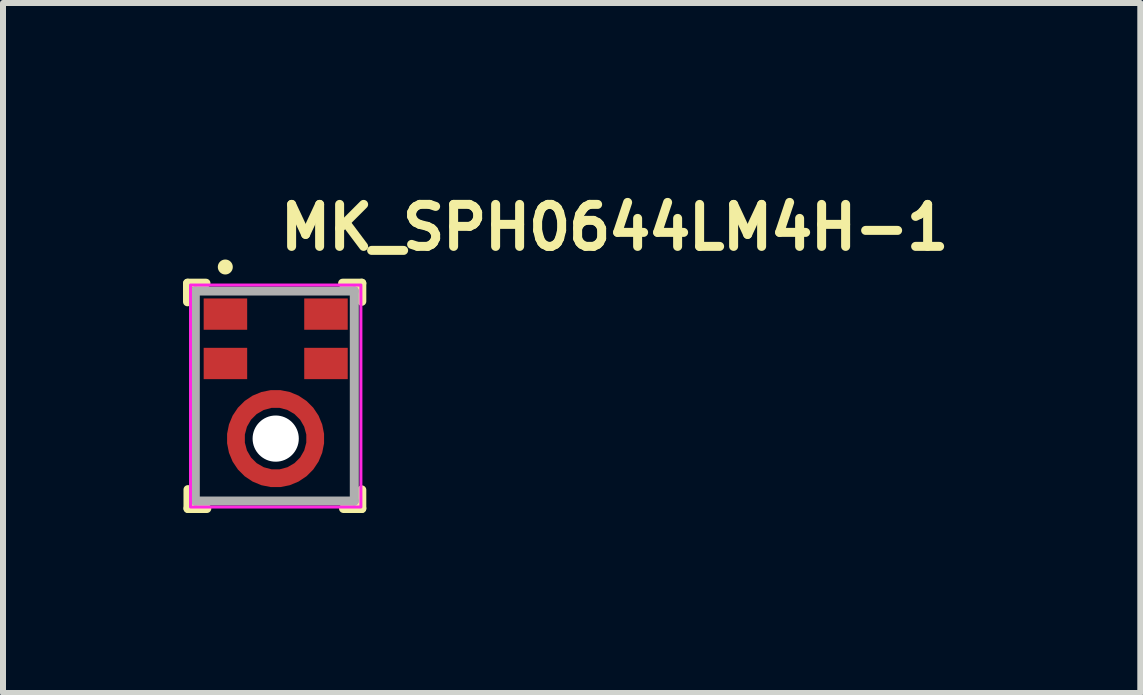
<source format=kicad_pcb>
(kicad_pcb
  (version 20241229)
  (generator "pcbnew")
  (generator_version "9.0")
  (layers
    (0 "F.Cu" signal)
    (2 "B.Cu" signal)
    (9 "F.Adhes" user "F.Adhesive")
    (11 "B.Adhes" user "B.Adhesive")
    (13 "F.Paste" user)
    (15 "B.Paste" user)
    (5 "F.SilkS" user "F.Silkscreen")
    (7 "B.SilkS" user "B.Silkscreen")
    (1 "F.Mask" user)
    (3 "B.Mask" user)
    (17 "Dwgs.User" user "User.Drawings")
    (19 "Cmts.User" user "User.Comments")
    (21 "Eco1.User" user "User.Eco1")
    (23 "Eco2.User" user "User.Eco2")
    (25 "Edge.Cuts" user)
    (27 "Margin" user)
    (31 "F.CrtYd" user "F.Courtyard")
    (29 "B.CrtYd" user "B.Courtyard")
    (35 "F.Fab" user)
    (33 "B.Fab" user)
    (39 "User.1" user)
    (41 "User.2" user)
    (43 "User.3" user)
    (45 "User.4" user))
  (footprint "MK_SPH0644LM4H-1"
    (layer "F.Cu")
    (at 1.545 3.55)
    (property "Reference" "MK_SPH0644LM4H-1" (at 0 -2.4 0) (layer "F.SilkS") (effects (font (size 0.7 0.7) (thickness 0.15)) (justify left bottom)))
    (attr smd)
    (fp_circle (center 0 0.71) (end 0.663 0.71) (stroke (width 0.3) (type default)) (fill no) (layer "F.Mask"))
    (fp_line (start -1.47 -1.57) (end -1.47 -1.88) (stroke (width 0.15) (type solid)) (layer "F.SilkS"))
    (fp_line (start -1.467 -1.88) (end -1.162 -1.88) (stroke (width 0.15) (type solid)) (layer "F.SilkS"))
    (fp_line (start -1.462 1.875) (end -1.462 1.56) (stroke (width 0.15) (type solid)) (layer "F.SilkS"))
    (fp_line (start -1.148 1.875) (end -1.462 1.875) (stroke (width 0.15) (type solid)) (layer "F.SilkS"))
    (fp_line (start 1.115 -1.88) (end 1.435 -1.88) (stroke (width 0.15) (type solid)) (layer "F.SilkS"))
    (fp_line (start 1.435 -1.88) (end 1.435 -1.578) (stroke (width 0.15) (type solid)) (layer "F.SilkS"))
    (fp_line (start 1.435 1.565) (end 1.435 1.875) (stroke (width 0.15) (type solid)) (layer "F.SilkS"))
    (fp_line (start 1.435 1.875) (end 1.13 1.875) (stroke (width 0.15) (type solid)) (layer "F.SilkS"))
    (fp_circle (center -0.84 -2.15) (end -0.79 -2.15) (stroke (width 0.15) (type solid)) (fill yes) (layer "F.SilkS"))
    (fp_poly (pts (xy 0.365 1.24) (xy 0.265 1.135) (xy 0.215 1.17) (xy 0.105 1.21) (xy -0.015 1.224) (xy -0.135 1.21) (xy -0.24 1.172) (xy -0.303 1.136) (xy -0.4 1.235) (xy -0.515 1.35) (xy -0.42 1.415) (xy -0.325 1.46) (xy -0.235 1.49) (xy -0.155 1.51) (xy -0.015 1.52) (xy 0.145 1.506) (xy 0.295 1.46) (xy 0.41 1.4) (xy 0.48 1.355)) (stroke (width 0.001) (type solid)) (fill yes) (layer "F.Paste"))
    (fp_poly (pts (xy -0.375 0.18) (xy -0.28 0.275) (xy -0.23 0.25) (xy -0.175 0.225) (xy -0.12 0.21) (xy -0.06 0.2) (xy 0 0.196) (xy 0.12 0.21) (xy 0.225 0.248) (xy 0.283 0.284) (xy 0.385 0.185) (xy 0.5 0.07) (xy 0.41 0.01) (xy 0.31 -0.04) (xy 0.23 -0.07) (xy 0.14 -0.09) (xy 0 -0.1) (xy -0.16 -0.086) (xy -0.31 -0.04) (xy -0.415 0.01) (xy -0.49 0.065)) (stroke (width 0.001) (type solid)) (fill yes) (layer "F.Paste"))
    (fp_poly (pts (xy 0.53 0.325) (xy 0.425 0.43) (xy 0.46 0.48) (xy 0.5 0.59) (xy 0.514 0.71) (xy 0.5 0.83) (xy 0.462 0.935) (xy 0.421 0.993) (xy 0.52 1.09) (xy 0.64 1.21) (xy 0.705 1.115) (xy 0.75 1.02) (xy 0.78 0.94) (xy 0.8 0.85) (xy 0.81 0.77) (xy 0.81 0.645) (xy 0.796 0.55) (xy 0.78 0.475) (xy 0.75 0.4) (xy 0.705 0.305) (xy 0.64 0.21)) (stroke (width 0.001) (type solid)) (fill yes) (layer "F.Paste"))
    (fp_poly (pts (xy -0.53 1.095) (xy -0.43 0.995) (xy -0.465 0.94) (xy -0.505 0.83) (xy -0.51 0.83) (xy -0.505 0.82) (xy -0.52 0.715) (xy -0.524 0.705) (xy -0.52 0.705) (xy -0.505 0.585) (xy -0.462 0.485) (xy -0.426 0.417) (xy -0.525 0.32) (xy -0.635 0.205) (xy -0.7 0.3) (xy -0.75 0.4) (xy -0.78 0.49) (xy -0.8 0.57) (xy -0.81 0.71) (xy -0.796 0.87) (xy -0.75 1.02) (xy -0.705 1.11) (xy -0.64 1.21)) (stroke (width 0.001) (type solid)) (fill yes) (layer "F.Paste"))
    (fp_rect (start -1.42 -1.85) (end 1.42 1.85) (stroke (width 0.05) (type solid)) (fill no) (layer "F.CrtYd"))
    (fp_line (start -1.34 -1.75) (end 1.31 -1.75) (stroke (width 0.15) (type solid)) (layer "F.Fab"))
    (fp_line (start -1.34 1.75) (end -1.34 -1.75) (stroke (width 0.15) (type solid)) (layer "F.Fab"))
    (fp_line (start 1.31 -1.75) (end 1.31 1.75) (stroke (width 0.15) (type solid)) (layer "F.Fab"))
    (fp_line (start 1.31 1.75) (end -1.34 1.75) (stroke (width 0.15) (type solid)) (layer "F.Fab"))
    (fp_rect (start -1.325 -1.75) (end 1.325 1.75) (stroke (width 0.1) (type solid)) (fill no) (layer "User.5"))
    (fp_line (start -1.325 -1.75) (end -1.325 1.75) (stroke (width 0.02) (type solid)) (layer "User.9"))
    (fp_line (start -1.325 1.75) (end 1.325 1.75) (stroke (width 0.02) (type solid)) (layer "User.9"))
    (fp_line (start -1.23 -1.375) (end -1.23 1.375) (stroke (width 0.02) (type solid)) (layer "User.9"))
    (fp_line (start -1.23 -1.375) (end -1.147 -1.375) (stroke (width 0.02) (type solid)) (layer "User.9"))
    (fp_line (start -1.23 1.375) (end -1.227 1.419) (stroke (width 0.02) (type solid)) (layer "User.9"))
    (fp_line (start -1.227 -1.419) (end -1.23 -1.375) (stroke (width 0.02) (type solid)) (layer "User.9"))
    (fp_line (start -1.227 1.419) (end -1.216 1.462) (stroke (width 0.02) (type solid)) (layer "User.9"))
    (fp_line (start -1.216 -1.462) (end -1.227 -1.419) (stroke (width 0.02) (type solid)) (layer "User.9"))
    (fp_line (start -1.216 1.462) (end -1.199 1.502) (stroke (width 0.02) (type solid)) (layer "User.9"))
    (fp_line (start -1.199 -1.502) (end -1.216 -1.462) (stroke (width 0.02) (type solid)) (layer "User.9"))
    (fp_line (start -1.199 1.502) (end -1.177 1.54) (stroke (width 0.02) (type solid)) (layer "User.9"))
    (fp_line (start -1.177 -1.54) (end -1.199 -1.502) (stroke (width 0.02) (type solid)) (layer "User.9"))
    (fp_line (start -1.177 1.54) (end -1.148 1.573) (stroke (width 0.02) (type solid)) (layer "User.9"))
    (fp_line (start -1.15 -1.375) (end -1.15 1.375) (stroke (width 0.02) (type solid)) (layer "User.9"))
    (fp_line (start -1.15 1.375) (end -1.147 1.375) (stroke (width 0.02) (type solid)) (layer "User.9"))
    (fp_line (start -1.15 1.375) (end -1.146 1.414) (stroke (width 0.02) (type solid)) (layer "User.9"))
    (fp_line (start -1.15 1.375) (end -1.125 1.375) (stroke (width 0.02) (type solid)) (layer "User.9"))
    (fp_line (start -1.148 -1.573) (end -1.177 -1.54) (stroke (width 0.02) (type solid)) (layer "User.9"))
    (fp_line (start -1.148 1.573) (end -1.115 1.602) (stroke (width 0.02) (type solid)) (layer "User.9"))
    (fp_line (start -1.147 -1.375) (end -1.144 -1.375) (stroke (width 0.02) (type solid)) (layer "User.9"))
    (fp_line (start -1.147 1.375) (end -1.144 1.375) (stroke (width 0.02) (type solid)) (layer "User.9"))
    (fp_line (start -1.146 -1.414) (end -1.15 -1.375) (stroke (width 0.02) (type solid)) (layer "User.9"))
    (fp_line (start -1.146 1.414) (end -1.135 1.452) (stroke (width 0.02) (type solid)) (layer "User.9"))
    (fp_line (start -1.144 -1.375) (end -1.142 -1.375) (stroke (width 0.02) (type solid)) (layer "User.9"))
    (fp_line (start -1.144 1.375) (end -1.142 1.375) (stroke (width 0.02) (type solid)) (layer "User.9"))
    (fp_line (start -1.142 -1.375) (end -1.139 -1.375) (stroke (width 0.02) (type solid)) (layer "User.9"))
    (fp_line (start -1.142 1.375) (end -1.139 1.375) (stroke (width 0.02) (type solid)) (layer "User.9"))
    (fp_line (start -1.139 -1.375) (end -1.137 -1.375) (stroke (width 0.02) (type solid)) (layer "User.9"))
    (fp_line (start -1.139 1.375) (end -1.137 1.375) (stroke (width 0.02) (type solid)) (layer "User.9"))
    (fp_line (start -1.137 -1.375) (end -1.134 -1.375) (stroke (width 0.02) (type solid)) (layer "User.9"))
    (fp_line (start -1.137 1.375) (end -1.134 1.375) (stroke (width 0.02) (type solid)) (layer "User.9"))
    (fp_line (start -1.135 -1.452) (end -1.146 -1.414) (stroke (width 0.02) (type solid)) (layer "User.9"))
    (fp_line (start -1.135 1.452) (end -1.116 1.486) (stroke (width 0.02) (type solid)) (layer "User.9"))
    (fp_line (start -1.134 -1.375) (end -1.132 -1.375) (stroke (width 0.02) (type solid)) (layer "User.9"))
    (fp_line (start -1.134 1.375) (end -1.132 1.375) (stroke (width 0.02) (type solid)) (layer "User.9"))
    (fp_line (start -1.132 -1.375) (end -1.13 -1.375) (stroke (width 0.02) (type solid)) (layer "User.9"))
    (fp_line (start -1.132 1.375) (end -1.13 1.375) (stroke (width 0.02) (type solid)) (layer "User.9"))
    (fp_line (start -1.13 -1.375) (end -1.129 -1.375) (stroke (width 0.02) (type solid)) (layer "User.9"))
    (fp_line (start -1.13 1.375) (end -1.129 1.375) (stroke (width 0.02) (type solid)) (layer "User.9"))
    (fp_line (start -1.129 -1.375) (end -1.127 -1.375) (stroke (width 0.02) (type solid)) (layer "User.9"))
    (fp_line (start -1.129 1.375) (end -1.127 1.375) (stroke (width 0.02) (type solid)) (layer "User.9"))
    (fp_line (start -1.127 -1.375) (end -1.126 -1.375) (stroke (width 0.02) (type solid)) (layer "User.9"))
    (fp_line (start -1.127 1.375) (end -1.126 1.375) (stroke (width 0.02) (type solid)) (layer "User.9"))
    (fp_line (start -1.126 -1.375) (end -1.126 -1.375) (stroke (width 0.02) (type solid)) (layer "User.9"))
    (fp_line (start -1.126 -1.375) (end -1.125 -1.375) (stroke (width 0.02) (type solid)) (layer "User.9"))
    (fp_line (start -1.126 1.375) (end -1.126 1.375) (stroke (width 0.02) (type solid)) (layer "User.9"))
    (fp_line (start -1.126 1.375) (end -1.125 1.375) (stroke (width 0.02) (type solid)) (layer "User.9"))
    (fp_line (start -1.125 -1.375) (end -1.124 -1.375) (stroke (width 0.02) (type solid)) (layer "User.9"))
    (fp_line (start -1.125 -1.375) (end -1.122 -1.409) (stroke (width 0.02) (type solid)) (layer "User.9"))
    (fp_line (start -1.125 -1.375) (end -1.122 -1.409) (stroke (width 0.02) (type solid)) (layer "User.9"))
    (fp_line (start -1.125 -1.375) (end -0.95 -1.375) (stroke (width 0.02) (type solid)) (layer "User.9"))
    (fp_line (start -1.125 1.375) (end -1.125 -1.375) (stroke (width 0.02) (type solid)) (layer "User.9"))
    (fp_line (start -1.125 1.375) (end -1.125 1.375) (stroke (width 0.02) (type solid)) (layer "User.9"))
    (fp_line (start -1.125 1.375) (end -1.124 1.375) (stroke (width 0.02) (type solid)) (layer "User.9"))
    (fp_line (start -1.124 -1.375) (end -1.121 -1.375) (stroke (width 0.02) (type solid)) (layer "User.9"))
    (fp_line (start -1.124 1.375) (end -1.121 1.375) (stroke (width 0.02) (type solid)) (layer "User.9"))
    (fp_line (start -1.122 -1.409) (end -1.112 -1.442) (stroke (width 0.02) (type solid)) (layer "User.9"))
    (fp_line (start -1.122 -1.409) (end -1.112 -1.442) (stroke (width 0.02) (type solid)) (layer "User.9"))
    (fp_line (start -1.122 1.409) (end -1.125 1.375) (stroke (width 0.02) (type solid)) (layer "User.9"))
    (fp_line (start -1.122 1.409) (end -1.125 1.375) (stroke (width 0.02) (type solid)) (layer "User.9"))
    (fp_line (start -1.121 -1.375) (end -1.117 -1.375) (stroke (width 0.02) (type solid)) (layer "User.9"))
    (fp_line (start -1.121 1.375) (end -1.117 1.375) (stroke (width 0.02) (type solid)) (layer "User.9"))
    (fp_line (start -1.117 -1.375) (end -0.975 -1.375) (stroke (width 0.02) (type solid)) (layer "User.9"))
    (fp_line (start -1.117 1.375) (end -1.11 1.375) (stroke (width 0.02) (type solid)) (layer "User.9"))
    (fp_line (start -1.116 -1.486) (end -1.135 -1.452) (stroke (width 0.02) (type solid)) (layer "User.9"))
    (fp_line (start -1.116 1.486) (end -1.091 1.516) (stroke (width 0.02) (type solid)) (layer "User.9"))
    (fp_line (start -1.115 -1.602) (end -1.148 -1.573) (stroke (width 0.02) (type solid)) (layer "User.9"))
    (fp_line (start -1.115 1.602) (end -1.077 1.624) (stroke (width 0.02) (type solid)) (layer "User.9"))
    (fp_line (start -1.112 -1.442) (end -1.096 -1.472) (stroke (width 0.02) (type solid)) (layer "User.9"))
    (fp_line (start -1.112 -1.442) (end -1.096 -1.472) (stroke (width 0.02) (type solid)) (layer "User.9"))
    (fp_line (start -1.112 1.442) (end -1.122 1.409) (stroke (width 0.02) (type solid)) (layer "User.9"))
    (fp_line (start -1.112 1.442) (end -1.122 1.409) (stroke (width 0.02) (type solid)) (layer "User.9"))
    (fp_line (start -1.11 -1.375) (end -1.117 -1.375) (stroke (width 0.02) (type solid)) (layer "User.9"))
    (fp_line (start -1.11 -1.375) (end -1.102 -1.375) (stroke (width 0.02) (type solid)) (layer "User.9"))
    (fp_line (start -1.11 1.375) (end -1.102 1.375) (stroke (width 0.02) (type solid)) (layer "User.9"))
    (fp_line (start -1.102 -1.375) (end -1.092 -1.375) (stroke (width 0.02) (type solid)) (layer "User.9"))
    (fp_line (start -1.102 1.375) (end -1.092 1.375) (stroke (width 0.02) (type solid)) (layer "User.9"))
    (fp_line (start -1.096 -1.472) (end -1.074 -1.499) (stroke (width 0.02) (type solid)) (layer "User.9"))
    (fp_line (start -1.096 -1.472) (end -1.074 -1.499) (stroke (width 0.02) (type solid)) (layer "User.9"))
    (fp_line (start -1.096 1.472) (end -1.112 1.442) (stroke (width 0.02) (type solid)) (layer "User.9"))
    (fp_line (start -1.096 1.472) (end -1.112 1.442) (stroke (width 0.02) (type solid)) (layer "User.9"))
    (fp_line (start -1.092 -1.375) (end -1.081 -1.375) (stroke (width 0.02) (type solid)) (layer "User.9"))
    (fp_line (start -1.092 1.375) (end -1.081 1.375) (stroke (width 0.02) (type solid)) (layer "User.9"))
    (fp_line (start -1.091 -1.516) (end -1.116 -1.486) (stroke (width 0.02) (type solid)) (layer "User.9"))
    (fp_line (start -1.091 1.516) (end -1.061 1.541) (stroke (width 0.02) (type solid)) (layer "User.9"))
    (fp_line (start -1.081 -1.375) (end -1.069 -1.375) (stroke (width 0.02) (type solid)) (layer "User.9"))
    (fp_line (start -1.081 1.375) (end -1.069 1.375) (stroke (width 0.02) (type solid)) (layer "User.9"))
    (fp_line (start -1.077 -1.624) (end -1.115 -1.602) (stroke (width 0.02) (type solid)) (layer "User.9"))
    (fp_line (start -1.077 1.624) (end -1.037 1.641) (stroke (width 0.02) (type solid)) (layer "User.9"))
    (fp_line (start -1.074 -1.499) (end -1.047 -1.521) (stroke (width 0.02) (type solid)) (layer "User.9"))
    (fp_line (start -1.074 -1.499) (end -1.047 -1.521) (stroke (width 0.02) (type solid)) (layer "User.9"))
    (fp_line (start -1.074 1.499) (end -1.096 1.472) (stroke (width 0.02) (type solid)) (layer "User.9"))
    (fp_line (start -1.074 1.499) (end -1.096 1.472) (stroke (width 0.02) (type solid)) (layer "User.9"))
    (fp_line (start -1.069 -1.375) (end -1.055 -1.375) (stroke (width 0.02) (type solid)) (layer "User.9"))
    (fp_line (start -1.069 1.375) (end -1.055 1.375) (stroke (width 0.02) (type solid)) (layer "User.9"))
    (fp_line (start -1.061 -1.541) (end -1.091 -1.516) (stroke (width 0.02) (type solid)) (layer "User.9"))
    (fp_line (start -1.061 1.541) (end -1.027 1.56) (stroke (width 0.02) (type solid)) (layer "User.9"))
    (fp_line (start -1.055 -1.375) (end -1.04 -1.375) (stroke (width 0.02) (type solid)) (layer "User.9"))
    (fp_line (start -1.055 1.375) (end -1.04 1.375) (stroke (width 0.02) (type solid)) (layer "User.9"))
    (fp_line (start -1.047 -1.521) (end -1.017 -1.537) (stroke (width 0.02) (type solid)) (layer "User.9"))
    (fp_line (start -1.047 -1.521) (end -1.017 -1.537) (stroke (width 0.02) (type solid)) (layer "User.9"))
    (fp_line (start -1.047 1.521) (end -1.074 1.499) (stroke (width 0.02) (type solid)) (layer "User.9"))
    (fp_line (start -1.047 1.521) (end -1.074 1.499) (stroke (width 0.02) (type solid)) (layer "User.9"))
    (fp_line (start -1.04 -1.375) (end -1.025 -1.375) (stroke (width 0.02) (type solid)) (layer "User.9"))
    (fp_line (start -1.04 1.375) (end -1.025 1.375) (stroke (width 0.02) (type solid)) (layer "User.9"))
    (fp_line (start -1.037 -1.641) (end -1.077 -1.624) (stroke (width 0.02) (type solid)) (layer "User.9"))
    (fp_line (start -1.037 1.641) (end -0.994 1.652) (stroke (width 0.02) (type solid)) (layer "User.9"))
    (fp_line (start -1.027 -1.56) (end -1.061 -1.541) (stroke (width 0.02) (type solid)) (layer "User.9"))
    (fp_line (start -1.027 1.56) (end -0.989 1.571) (stroke (width 0.02) (type solid)) (layer "User.9"))
    (fp_line (start -1.025 -1.375) (end -1.008 -1.375) (stroke (width 0.02) (type solid)) (layer "User.9"))
    (fp_line (start -1.025 1.375) (end -1.008 1.375) (stroke (width 0.02) (type solid)) (layer "User.9"))
    (fp_line (start -1.017 -1.537) (end -0.984 -1.547) (stroke (width 0.02) (type solid)) (layer "User.9"))
    (fp_line (start -1.017 -1.537) (end -0.984 -1.547) (stroke (width 0.02) (type solid)) (layer "User.9"))
    (fp_line (start -1.017 1.537) (end -1.047 1.521) (stroke (width 0.02) (type solid)) (layer "User.9"))
    (fp_line (start -1.017 1.537) (end -1.047 1.521) (stroke (width 0.02) (type solid)) (layer "User.9"))
    (fp_line (start -1.008 -1.375) (end -0.992 -1.375) (stroke (width 0.02) (type solid)) (layer "User.9"))
    (fp_line (start -1.008 1.375) (end -0.992 1.375) (stroke (width 0.02) (type solid)) (layer "User.9"))
    (fp_line (start -0.994 -1.652) (end -1.037 -1.641) (stroke (width 0.02) (type solid)) (layer "User.9"))
    (fp_line (start -0.994 1.652) (end -0.95 1.655) (stroke (width 0.02) (type solid)) (layer "User.9"))
    (fp_line (start -0.992 -1.375) (end -0.975 -1.375) (stroke (width 0.02) (type solid)) (layer "User.9"))
    (fp_line (start -0.992 1.375) (end -0.95 1.375) (stroke (width 0.02) (type solid)) (layer "User.9"))
    (fp_line (start -0.989 -1.571) (end -1.027 -1.56) (stroke (width 0.02) (type solid)) (layer "User.9"))
    (fp_line (start -0.989 1.571) (end -0.95 1.575) (stroke (width 0.02) (type solid)) (layer "User.9"))
    (fp_line (start -0.984 -1.547) (end -0.95 -1.55) (stroke (width 0.02) (type solid)) (layer "User.9"))
    (fp_line (start -0.984 -1.547) (end -0.95 -1.55) (stroke (width 0.02) (type solid)) (layer "User.9"))
    (fp_line (start -0.984 1.547) (end -1.017 1.537) (stroke (width 0.02) (type solid)) (layer "User.9"))
    (fp_line (start -0.984 1.547) (end -1.017 1.537) (stroke (width 0.02) (type solid)) (layer "User.9"))
    (fp_line (start -0.975 -1.375) (end -0.975 1.375) (stroke (width 0.02) (type solid)) (layer "User.9"))
    (fp_line (start -0.975 1.375) (end -0.972 1.388) (stroke (width 0.02) (type solid)) (layer "User.9"))
    (fp_line (start -0.972 -1.388) (end -0.975 -1.375) (stroke (width 0.02) (type solid)) (layer "User.9"))
    (fp_line (start -0.972 1.388) (end -0.962 1.397) (stroke (width 0.02) (type solid)) (layer "User.9"))
    (fp_line (start -0.962 -1.397) (end -0.972 -1.388) (stroke (width 0.02) (type solid)) (layer "User.9"))
    (fp_line (start -0.962 1.397) (end -0.95 1.4) (stroke (width 0.02) (type solid)) (layer "User.9"))
    (fp_line (start -0.95 -1.655) (end -0.994 -1.652) (stroke (width 0.02) (type solid)) (layer "User.9"))
    (fp_line (start -0.95 -1.575) (end -0.989 -1.571) (stroke (width 0.02) (type solid)) (layer "User.9"))
    (fp_line (start -0.95 -1.575) (end -0.95 -1.572) (stroke (width 0.02) (type solid)) (layer "User.9"))
    (fp_line (start -0.95 -1.575) (end -0.95 -1.549) (stroke (width 0.02) (type solid)) (layer "User.9"))
    (fp_line (start -0.95 -1.572) (end -0.95 -1.569) (stroke (width 0.02) (type solid)) (layer "User.9"))
    (fp_line (start -0.95 -1.569) (end -0.95 -1.567) (stroke (width 0.02) (type solid)) (layer "User.9"))
    (fp_line (start -0.95 -1.567) (end -0.95 -1.564) (stroke (width 0.02) (type solid)) (layer "User.9"))
    (fp_line (start -0.95 -1.564) (end -0.95 -1.562) (stroke (width 0.02) (type solid)) (layer "User.9"))
    (fp_line (start -0.95 -1.562) (end -0.95 -1.559) (stroke (width 0.02) (type solid)) (layer "User.9"))
    (fp_line (start -0.95 -1.559) (end -0.95 -1.557) (stroke (width 0.02) (type solid)) (layer "User.9"))
    (fp_line (start -0.95 -1.557) (end -0.95 -1.555) (stroke (width 0.02) (type solid)) (layer "User.9"))
    (fp_line (start -0.95 -1.555) (end -0.95 -1.554) (stroke (width 0.02) (type solid)) (layer "User.9"))
    (fp_line (start -0.95 -1.554) (end -0.95 -1.552) (stroke (width 0.02) (type solid)) (layer "User.9"))
    (fp_line (start -0.95 -1.552) (end -0.95 -1.551) (stroke (width 0.02) (type solid)) (layer "User.9"))
    (fp_line (start -0.95 -1.551) (end -0.95 -1.551) (stroke (width 0.02) (type solid)) (layer "User.9"))
    (fp_line (start -0.95 -1.551) (end -0.95 -1.55) (stroke (width 0.02) (type solid)) (layer "User.9"))
    (fp_line (start -0.95 -1.55) (end -0.95 -1.55) (stroke (width 0.02) (type solid)) (layer "User.9"))
    (fp_line (start -0.95 -1.55) (end 0.95 -1.55) (stroke (width 0.02) (type solid)) (layer "User.9"))
    (fp_line (start -0.95 -1.549) (end -0.95 -1.546) (stroke (width 0.02) (type solid)) (layer "User.9"))
    (fp_line (start -0.95 -1.546) (end -0.95 -1.542) (stroke (width 0.02) (type solid)) (layer "User.9"))
    (fp_line (start -0.95 -1.542) (end -0.95 -1.535) (stroke (width 0.02) (type solid)) (layer "User.9"))
    (fp_line (start -0.95 -1.535) (end -0.95 -1.527) (stroke (width 0.02) (type solid)) (layer "User.9"))
    (fp_line (start -0.95 -1.527) (end -0.95 -1.517) (stroke (width 0.02) (type solid)) (layer "User.9"))
    (fp_line (start -0.95 -1.517) (end -0.95 -1.506) (stroke (width 0.02) (type solid)) (layer "User.9"))
    (fp_line (start -0.95 -1.506) (end -0.95 -1.494) (stroke (width 0.02) (type solid)) (layer "User.9"))
    (fp_line (start -0.95 -1.494) (end -0.95 -1.48) (stroke (width 0.02) (type solid)) (layer "User.9"))
    (fp_line (start -0.95 -1.48) (end -0.95 -1.465) (stroke (width 0.02) (type solid)) (layer "User.9"))
    (fp_line (start -0.95 -1.465) (end -0.95 -1.45) (stroke (width 0.02) (type solid)) (layer "User.9"))
    (fp_line (start -0.95 -1.45) (end -0.95 -1.433) (stroke (width 0.02) (type solid)) (layer "User.9"))
    (fp_line (start -0.95 -1.433) (end -0.95 -1.417) (stroke (width 0.02) (type solid)) (layer "User.9"))
    (fp_line (start -0.95 -1.417) (end -0.95 -1.375) (stroke (width 0.02) (type solid)) (layer "User.9"))
    (fp_line (start -0.95 -1.4) (end -0.962 -1.397) (stroke (width 0.02) (type solid)) (layer "User.9"))
    (fp_line (start -0.95 1.375) (end -0.95 1.417) (stroke (width 0.02) (type solid)) (layer "User.9"))
    (fp_line (start -0.95 1.4) (end 0.95 1.4) (stroke (width 0.02) (type solid)) (layer "User.9"))
    (fp_line (start -0.95 1.417) (end -0.95 1.433) (stroke (width 0.02) (type solid)) (layer "User.9"))
    (fp_line (start -0.95 1.433) (end -0.95 1.45) (stroke (width 0.02) (type solid)) (layer "User.9"))
    (fp_line (start -0.95 1.45) (end -0.95 1.465) (stroke (width 0.02) (type solid)) (layer "User.9"))
    (fp_line (start -0.95 1.465) (end -0.95 1.48) (stroke (width 0.02) (type solid)) (layer "User.9"))
    (fp_line (start -0.95 1.48) (end -0.95 1.494) (stroke (width 0.02) (type solid)) (layer "User.9"))
    (fp_line (start -0.95 1.494) (end -0.95 1.506) (stroke (width 0.02) (type solid)) (layer "User.9"))
    (fp_line (start -0.95 1.506) (end -0.95 1.517) (stroke (width 0.02) (type solid)) (layer "User.9"))
    (fp_line (start -0.95 1.517) (end -0.95 1.527) (stroke (width 0.02) (type solid)) (layer "User.9"))
    (fp_line (start -0.95 1.527) (end -0.95 1.535) (stroke (width 0.02) (type solid)) (layer "User.9"))
    (fp_line (start -0.95 1.535) (end -0.95 1.542) (stroke (width 0.02) (type solid)) (layer "User.9"))
    (fp_line (start -0.95 1.542) (end -0.95 1.546) (stroke (width 0.02) (type solid)) (layer "User.9"))
    (fp_line (start -0.95 1.546) (end -0.95 1.549) (stroke (width 0.02) (type solid)) (layer "User.9"))
    (fp_line (start -0.95 1.549) (end -0.95 1.55) (stroke (width 0.02) (type solid)) (layer "User.9"))
    (fp_line (start -0.95 1.55) (end -0.984 1.547) (stroke (width 0.02) (type solid)) (layer "User.9"))
    (fp_line (start -0.95 1.55) (end -0.984 1.547) (stroke (width 0.02) (type solid)) (layer "User.9"))
    (fp_line (start -0.95 1.55) (end -0.95 1.55) (stroke (width 0.02) (type solid)) (layer "User.9"))
    (fp_line (start -0.95 1.55) (end -0.95 1.551) (stroke (width 0.02) (type solid)) (layer "User.9"))
    (fp_line (start -0.95 1.551) (end -0.95 1.551) (stroke (width 0.02) (type solid)) (layer "User.9"))
    (fp_line (start -0.95 1.551) (end -0.95 1.552) (stroke (width 0.02) (type solid)) (layer "User.9"))
    (fp_line (start -0.95 1.552) (end -0.95 1.554) (stroke (width 0.02) (type solid)) (layer "User.9"))
    (fp_line (start -0.95 1.554) (end -0.95 1.555) (stroke (width 0.02) (type solid)) (layer "User.9"))
    (fp_line (start -0.95 1.555) (end -0.95 1.557) (stroke (width 0.02) (type solid)) (layer "User.9"))
    (fp_line (start -0.95 1.557) (end -0.95 1.559) (stroke (width 0.02) (type solid)) (layer "User.9"))
    (fp_line (start -0.95 1.559) (end -0.95 1.562) (stroke (width 0.02) (type solid)) (layer "User.9"))
    (fp_line (start -0.95 1.562) (end -0.95 1.564) (stroke (width 0.02) (type solid)) (layer "User.9"))
    (fp_line (start -0.95 1.564) (end -0.95 1.567) (stroke (width 0.02) (type solid)) (layer "User.9"))
    (fp_line (start -0.95 1.567) (end -0.95 1.569) (stroke (width 0.02) (type solid)) (layer "User.9"))
    (fp_line (start -0.95 1.569) (end -0.95 1.572) (stroke (width 0.02) (type solid)) (layer "User.9"))
    (fp_line (start -0.95 1.572) (end -0.95 1.575) (stroke (width 0.02) (type solid)) (layer "User.9"))
    (fp_line (start -0.95 1.575) (end 0.95 1.575) (stroke (width 0.02) (type solid)) (layer "User.9"))
    (fp_line (start -0.95 1.655) (end 0.95 1.655) (stroke (width 0.02) (type solid)) (layer "User.9"))
    (fp_line (start 0.95 -1.655) (end -0.95 -1.655) (stroke (width 0.02) (type solid)) (layer "User.9"))
    (fp_line (start 0.95 -1.575) (end -0.95 -1.575) (stroke (width 0.02) (type solid)) (layer "User.9"))
    (fp_line (start 0.95 -1.575) (end 0.95 -1.572) (stroke (width 0.02) (type solid)) (layer "User.9"))
    (fp_line (start 0.95 -1.572) (end 0.95 -1.569) (stroke (width 0.02) (type solid)) (layer "User.9"))
    (fp_line (start 0.95 -1.569) (end 0.95 -1.567) (stroke (width 0.02) (type solid)) (layer "User.9"))
    (fp_line (start 0.95 -1.567) (end 0.95 -1.564) (stroke (width 0.02) (type solid)) (layer "User.9"))
    (fp_line (start 0.95 -1.564) (end 0.95 -1.562) (stroke (width 0.02) (type solid)) (layer "User.9"))
    (fp_line (start 0.95 -1.562) (end 0.95 -1.559) (stroke (width 0.02) (type solid)) (layer "User.9"))
    (fp_line (start 0.95 -1.559) (end 0.95 -1.557) (stroke (width 0.02) (type solid)) (layer "User.9"))
    (fp_line (start 0.95 -1.557) (end 0.95 -1.555) (stroke (width 0.02) (type solid)) (layer "User.9"))
    (fp_line (start 0.95 -1.555) (end 0.95 -1.554) (stroke (width 0.02) (type solid)) (layer "User.9"))
    (fp_line (start 0.95 -1.554) (end 0.95 -1.552) (stroke (width 0.02) (type solid)) (layer "User.9"))
    (fp_line (start 0.95 -1.552) (end 0.95 -1.551) (stroke (width 0.02) (type solid)) (layer "User.9"))
    (fp_line (start 0.95 -1.551) (end 0.95 -1.551) (stroke (width 0.02) (type solid)) (layer "User.9"))
    (fp_line (start 0.95 -1.551) (end 0.95 -1.55) (stroke (width 0.02) (type solid)) (layer "User.9"))
    (fp_line (start 0.95 -1.55) (end 0.95 -1.55) (stroke (width 0.02) (type solid)) (layer "User.9"))
    (fp_line (start 0.95 -1.55) (end 0.95 -1.549) (stroke (width 0.02) (type solid)) (layer "User.9"))
    (fp_line (start 0.95 -1.55) (end 0.984 -1.547) (stroke (width 0.02) (type solid)) (layer "User.9"))
    (fp_line (start 0.95 -1.55) (end 0.984 -1.547) (stroke (width 0.02) (type solid)) (layer "User.9"))
    (fp_line (start 0.95 -1.549) (end 0.95 -1.546) (stroke (width 0.02) (type solid)) (layer "User.9"))
    (fp_line (start 0.95 -1.546) (end 0.95 -1.542) (stroke (width 0.02) (type solid)) (layer "User.9"))
    (fp_line (start 0.95 -1.542) (end 0.95 -1.535) (stroke (width 0.02) (type solid)) (layer "User.9"))
    (fp_line (start 0.95 -1.535) (end 0.95 -1.527) (stroke (width 0.02) (type solid)) (layer "User.9"))
    (fp_line (start 0.95 -1.527) (end 0.95 -1.517) (stroke (width 0.02) (type solid)) (layer "User.9"))
    (fp_line (start 0.95 -1.517) (end 0.95 -1.506) (stroke (width 0.02) (type solid)) (layer "User.9"))
    (fp_line (start 0.95 -1.506) (end 0.95 -1.494) (stroke (width 0.02) (type solid)) (layer "User.9"))
    (fp_line (start 0.95 -1.494) (end 0.95 -1.48) (stroke (width 0.02) (type solid)) (layer "User.9"))
    (fp_line (start 0.95 -1.48) (end 0.95 -1.465) (stroke (width 0.02) (type solid)) (layer "User.9"))
    (fp_line (start 0.95 -1.465) (end 0.95 -1.45) (stroke (width 0.02) (type solid)) (layer "User.9"))
    (fp_line (start 0.95 -1.45) (end 0.95 -1.433) (stroke (width 0.02) (type solid)) (layer "User.9"))
    (fp_line (start 0.95 -1.433) (end 0.95 -1.417) (stroke (width 0.02) (type solid)) (layer "User.9"))
    (fp_line (start 0.95 -1.417) (end 0.95 -1.375) (stroke (width 0.02) (type solid)) (layer "User.9"))
    (fp_line (start 0.95 -1.4) (end -0.95 -1.4) (stroke (width 0.02) (type solid)) (layer "User.9"))
    (fp_line (start 0.95 -1.375) (end 0.992 -1.375) (stroke (width 0.02) (type solid)) (layer "User.9"))
    (fp_line (start 0.95 1.375) (end 0.95 1.417) (stroke (width 0.02) (type solid)) (layer "User.9"))
    (fp_line (start 0.95 1.375) (end 0.992 1.375) (stroke (width 0.02) (type solid)) (layer "User.9"))
    (fp_line (start 0.95 1.4) (end 0.962 1.397) (stroke (width 0.02) (type solid)) (layer "User.9"))
    (fp_line (start 0.95 1.417) (end 0.95 1.433) (stroke (width 0.02) (type solid)) (layer "User.9"))
    (fp_line (start 0.95 1.433) (end 0.95 1.45) (stroke (width 0.02) (type solid)) (layer "User.9"))
    (fp_line (start 0.95 1.45) (end 0.95 1.465) (stroke (width 0.02) (type solid)) (layer "User.9"))
    (fp_line (start 0.95 1.465) (end 0.95 1.48) (stroke (width 0.02) (type solid)) (layer "User.9"))
    (fp_line (start 0.95 1.48) (end 0.95 1.494) (stroke (width 0.02) (type solid)) (layer "User.9"))
    (fp_line (start 0.95 1.494) (end 0.95 1.506) (stroke (width 0.02) (type solid)) (layer "User.9"))
    (fp_line (start 0.95 1.506) (end 0.95 1.517) (stroke (width 0.02) (type solid)) (layer "User.9"))
    (fp_line (start 0.95 1.517) (end 0.95 1.527) (stroke (width 0.02) (type solid)) (layer "User.9"))
    (fp_line (start 0.95 1.527) (end 0.95 1.535) (stroke (width 0.02) (type solid)) (layer "User.9"))
    (fp_line (start 0.95 1.535) (end 0.95 1.542) (stroke (width 0.02) (type solid)) (layer "User.9"))
    (fp_line (start 0.95 1.542) (end 0.95 1.546) (stroke (width 0.02) (type solid)) (layer "User.9"))
    (fp_line (start 0.95 1.546) (end 0.95 1.549) (stroke (width 0.02) (type solid)) (layer "User.9"))
    (fp_line (start 0.95 1.549) (end 0.95 1.55) (stroke (width 0.02) (type solid)) (layer "User.9"))
    (fp_line (start 0.95 1.55) (end -0.95 1.55) (stroke (width 0.02) (type solid)) (layer "User.9"))
    (fp_line (start 0.95 1.55) (end 0.95 1.55) (stroke (width 0.02) (type solid)) (layer "User.9"))
    (fp_line (start 0.95 1.55) (end 0.95 1.551) (stroke (width 0.02) (type solid)) (layer "User.9"))
    (fp_line (start 0.95 1.551) (end 0.95 1.551) (stroke (width 0.02) (type solid)) (layer "User.9"))
    (fp_line (start 0.95 1.551) (end 0.95 1.552) (stroke (width 0.02) (type solid)) (layer "User.9"))
    (fp_line (start 0.95 1.552) (end 0.95 1.554) (stroke (width 0.02) (type solid)) (layer "User.9"))
    (fp_line (start 0.95 1.554) (end 0.95 1.555) (stroke (width 0.02) (type solid)) (layer "User.9"))
    (fp_line (start 0.95 1.555) (end 0.95 1.557) (stroke (width 0.02) (type solid)) (layer "User.9"))
    (fp_line (start 0.95 1.557) (end 0.95 1.559) (stroke (width 0.02) (type solid)) (layer "User.9"))
    (fp_line (start 0.95 1.559) (end 0.95 1.562) (stroke (width 0.02) (type solid)) (layer "User.9"))
    (fp_line (start 0.95 1.562) (end 0.95 1.564) (stroke (width 0.02) (type solid)) (layer "User.9"))
    (fp_line (start 0.95 1.564) (end 0.95 1.567) (stroke (width 0.02) (type solid)) (layer "User.9"))
    (fp_line (start 0.95 1.567) (end 0.95 1.569) (stroke (width 0.02) (type solid)) (layer "User.9"))
    (fp_line (start 0.95 1.569) (end 0.95 1.572) (stroke (width 0.02) (type solid)) (layer "User.9"))
    (fp_line (start 0.95 1.572) (end 0.95 1.575) (stroke (width 0.02) (type solid)) (layer "User.9"))
    (fp_line (start 0.95 1.575) (end 0.95 1.55) (stroke (width 0.02) (type solid)) (layer "User.9"))
    (fp_line (start 0.95 1.575) (end 0.989 1.571) (stroke (width 0.02) (type solid)) (layer "User.9"))
    (fp_line (start 0.95 1.655) (end 0.994 1.652) (stroke (width 0.02) (type solid)) (layer "User.9"))
    (fp_line (start 0.962 -1.397) (end 0.95 -1.4) (stroke (width 0.02) (type solid)) (layer "User.9"))
    (fp_line (start 0.962 1.397) (end 0.972 1.388) (stroke (width 0.02) (type solid)) (layer "User.9"))
    (fp_line (start 0.972 -1.388) (end 0.962 -1.397) (stroke (width 0.02) (type solid)) (layer "User.9"))
    (fp_line (start 0.972 1.388) (end 0.975 1.375) (stroke (width 0.02) (type solid)) (layer "User.9"))
    (fp_line (start 0.975 -1.375) (end 0.972 -1.388) (stroke (width 0.02) (type solid)) (layer "User.9"))
    (fp_line (start 0.975 1.375) (end 0.975 -1.375) (stroke (width 0.02) (type solid)) (layer "User.9"))
    (fp_line (start 0.984 -1.547) (end 1.017 -1.537) (stroke (width 0.02) (type solid)) (layer "User.9"))
    (fp_line (start 0.984 -1.547) (end 1.017 -1.537) (stroke (width 0.02) (type solid)) (layer "User.9"))
    (fp_line (start 0.984 1.547) (end 0.95 1.55) (stroke (width 0.02) (type solid)) (layer "User.9"))
    (fp_line (start 0.984 1.547) (end 0.95 1.55) (stroke (width 0.02) (type solid)) (layer "User.9"))
    (fp_line (start 0.989 -1.571) (end 0.95 -1.575) (stroke (width 0.02) (type solid)) (layer "User.9"))
    (fp_line (start 0.989 1.571) (end 1.027 1.56) (stroke (width 0.02) (type solid)) (layer "User.9"))
    (fp_line (start 0.992 -1.375) (end 1.008 -1.375) (stroke (width 0.02) (type solid)) (layer "User.9"))
    (fp_line (start 0.992 1.375) (end 1.008 1.375) (stroke (width 0.02) (type solid)) (layer "User.9"))
    (fp_line (start 0.994 -1.652) (end 0.95 -1.655) (stroke (width 0.02) (type solid)) (layer "User.9"))
    (fp_line (start 0.994 1.652) (end 1.037 1.641) (stroke (width 0.02) (type solid)) (layer "User.9"))
    (fp_line (start 1.008 -1.375) (end 1.025 -1.375) (stroke (width 0.02) (type solid)) (layer "User.9"))
    (fp_line (start 1.008 1.375) (end 1.025 1.375) (stroke (width 0.02) (type solid)) (layer "User.9"))
    (fp_line (start 1.017 -1.537) (end 1.047 -1.521) (stroke (width 0.02) (type solid)) (layer "User.9"))
    (fp_line (start 1.017 -1.537) (end 1.047 -1.521) (stroke (width 0.02) (type solid)) (layer "User.9"))
    (fp_line (start 1.017 1.537) (end 0.984 1.547) (stroke (width 0.02) (type solid)) (layer "User.9"))
    (fp_line (start 1.017 1.537) (end 0.984 1.547) (stroke (width 0.02) (type solid)) (layer "User.9"))
    (fp_line (start 1.025 -1.375) (end 1.04 -1.375) (stroke (width 0.02) (type solid)) (layer "User.9"))
    (fp_line (start 1.025 1.375) (end 1.04 1.375) (stroke (width 0.02) (type solid)) (layer "User.9"))
    (fp_line (start 1.027 -1.56) (end 0.989 -1.571) (stroke (width 0.02) (type solid)) (layer "User.9"))
    (fp_line (start 1.027 1.56) (end 1.061 1.541) (stroke (width 0.02) (type solid)) (layer "User.9"))
    (fp_line (start 1.037 -1.641) (end 0.994 -1.652) (stroke (width 0.02) (type solid)) (layer "User.9"))
    (fp_line (start 1.037 1.641) (end 1.077 1.624) (stroke (width 0.02) (type solid)) (layer "User.9"))
    (fp_line (start 1.04 -1.375) (end 1.055 -1.375) (stroke (width 0.02) (type solid)) (layer "User.9"))
    (fp_line (start 1.04 1.375) (end 1.055 1.375) (stroke (width 0.02) (type solid)) (layer "User.9"))
    (fp_line (start 1.047 -1.521) (end 1.074 -1.499) (stroke (width 0.02) (type solid)) (layer "User.9"))
    (fp_line (start 1.047 -1.521) (end 1.074 -1.499) (stroke (width 0.02) (type solid)) (layer "User.9"))
    (fp_line (start 1.047 1.521) (end 1.017 1.537) (stroke (width 0.02) (type solid)) (layer "User.9"))
    (fp_line (start 1.047 1.521) (end 1.017 1.537) (stroke (width 0.02) (type solid)) (layer "User.9"))
    (fp_line (start 1.055 -1.375) (end 1.069 -1.375) (stroke (width 0.02) (type solid)) (layer "User.9"))
    (fp_line (start 1.055 1.375) (end 1.069 1.375) (stroke (width 0.02) (type solid)) (layer "User.9"))
    (fp_line (start 1.061 -1.541) (end 1.027 -1.56) (stroke (width 0.02) (type solid)) (layer "User.9"))
    (fp_line (start 1.061 1.541) (end 1.091 1.516) (stroke (width 0.02) (type solid)) (layer "User.9"))
    (fp_line (start 1.069 -1.375) (end 1.081 -1.375) (stroke (width 0.02) (type solid)) (layer "User.9"))
    (fp_line (start 1.069 1.375) (end 1.081 1.375) (stroke (width 0.02) (type solid)) (layer "User.9"))
    (fp_line (start 1.074 -1.499) (end 1.096 -1.472) (stroke (width 0.02) (type solid)) (layer "User.9"))
    (fp_line (start 1.074 -1.499) (end 1.096 -1.472) (stroke (width 0.02) (type solid)) (layer "User.9"))
    (fp_line (start 1.074 1.499) (end 1.047 1.521) (stroke (width 0.02) (type solid)) (layer "User.9"))
    (fp_line (start 1.074 1.499) (end 1.047 1.521) (stroke (width 0.02) (type solid)) (layer "User.9"))
    (fp_line (start 1.077 -1.624) (end 1.037 -1.641) (stroke (width 0.02) (type solid)) (layer "User.9"))
    (fp_line (start 1.077 1.624) (end 1.115 1.602) (stroke (width 0.02) (type solid)) (layer "User.9"))
    (fp_line (start 1.081 -1.375) (end 1.092 -1.375) (stroke (width 0.02) (type solid)) (layer "User.9"))
    (fp_line (start 1.081 1.375) (end 1.092 1.375) (stroke (width 0.02) (type solid)) (layer "User.9"))
    (fp_line (start 1.091 -1.516) (end 1.061 -1.541) (stroke (width 0.02) (type solid)) (layer "User.9"))
    (fp_line (start 1.091 1.516) (end 1.116 1.486) (stroke (width 0.02) (type solid)) (layer "User.9"))
    (fp_line (start 1.092 -1.375) (end 1.102 -1.375) (stroke (width 0.02) (type solid)) (layer "User.9"))
    (fp_line (start 1.092 1.375) (end 1.102 1.375) (stroke (width 0.02) (type solid)) (layer "User.9"))
    (fp_line (start 1.096 -1.472) (end 1.112 -1.442) (stroke (width 0.02) (type solid)) (layer "User.9"))
    (fp_line (start 1.096 -1.472) (end 1.112 -1.442) (stroke (width 0.02) (type solid)) (layer "User.9"))
    (fp_line (start 1.096 1.472) (end 1.074 1.499) (stroke (width 0.02) (type solid)) (layer "User.9"))
    (fp_line (start 1.096 1.472) (end 1.074 1.499) (stroke (width 0.02) (type solid)) (layer "User.9"))
    (fp_line (start 1.102 -1.375) (end 1.11 -1.375) (stroke (width 0.02) (type solid)) (layer "User.9"))
    (fp_line (start 1.102 1.375) (end 1.11 1.375) (stroke (width 0.02) (type solid)) (layer "User.9"))
    (fp_line (start 1.11 -1.375) (end 1.117 -1.375) (stroke (width 0.02) (type solid)) (layer "User.9"))
    (fp_line (start 1.11 1.375) (end 1.117 1.375) (stroke (width 0.02) (type solid)) (layer "User.9"))
    (fp_line (start 1.112 -1.442) (end 1.122 -1.409) (stroke (width 0.02) (type solid)) (layer "User.9"))
    (fp_line (start 1.112 -1.442) (end 1.122 -1.409) (stroke (width 0.02) (type solid)) (layer "User.9"))
    (fp_line (start 1.112 1.442) (end 1.096 1.472) (stroke (width 0.02) (type solid)) (layer "User.9"))
    (fp_line (start 1.112 1.442) (end 1.096 1.472) (stroke (width 0.02) (type solid)) (layer "User.9"))
    (fp_line (start 1.115 -1.602) (end 1.077 -1.624) (stroke (width 0.02) (type solid)) (layer "User.9"))
    (fp_line (start 1.115 1.602) (end 1.148 1.573) (stroke (width 0.02) (type solid)) (layer "User.9"))
    (fp_line (start 1.116 -1.486) (end 1.091 -1.516) (stroke (width 0.02) (type solid)) (layer "User.9"))
    (fp_line (start 1.116 1.486) (end 1.135 1.452) (stroke (width 0.02) (type solid)) (layer "User.9"))
    (fp_line (start 1.117 -1.375) (end 1.121 -1.375) (stroke (width 0.02) (type solid)) (layer "User.9"))
    (fp_line (start 1.117 1.375) (end 1.121 1.375) (stroke (width 0.02) (type solid)) (layer "User.9"))
    (fp_line (start 1.121 -1.375) (end 1.124 -1.375) (stroke (width 0.02) (type solid)) (layer "User.9"))
    (fp_line (start 1.121 1.375) (end 1.124 1.375) (stroke (width 0.02) (type solid)) (layer "User.9"))
    (fp_line (start 1.122 -1.409) (end 1.125 -1.375) (stroke (width 0.02) (type solid)) (layer "User.9"))
    (fp_line (start 1.122 -1.409) (end 1.125 -1.375) (stroke (width 0.02) (type solid)) (layer "User.9"))
    (fp_line (start 1.122 1.409) (end 1.112 1.442) (stroke (width 0.02) (type solid)) (layer "User.9"))
    (fp_line (start 1.122 1.409) (end 1.112 1.442) (stroke (width 0.02) (type solid)) (layer "User.9"))
    (fp_line (start 1.124 -1.375) (end 1.125 -1.375) (stroke (width 0.02) (type solid)) (layer "User.9"))
    (fp_line (start 1.124 1.375) (end 1.125 1.375) (stroke (width 0.02) (type solid)) (layer "User.9"))
    (fp_line (start 1.125 -1.375) (end 1.125 -1.375) (stroke (width 0.02) (type solid)) (layer "User.9"))
    (fp_line (start 1.125 -1.375) (end 1.125 1.375) (stroke (width 0.02) (type solid)) (layer "User.9"))
    (fp_line (start 1.125 -1.375) (end 1.126 -1.375) (stroke (width 0.02) (type solid)) (layer "User.9"))
    (fp_line (start 1.125 1.375) (end 1.122 1.409) (stroke (width 0.02) (type solid)) (layer "User.9"))
    (fp_line (start 1.125 1.375) (end 1.122 1.409) (stroke (width 0.02) (type solid)) (layer "User.9"))
    (fp_line (start 1.125 1.375) (end 1.125 1.375) (stroke (width 0.02) (type solid)) (layer "User.9"))
    (fp_line (start 1.125 1.375) (end 1.126 1.375) (stroke (width 0.02) (type solid)) (layer "User.9"))
    (fp_line (start 1.126 -1.375) (end 1.126 -1.375) (stroke (width 0.02) (type solid)) (layer "User.9"))
    (fp_line (start 1.126 -1.375) (end 1.127 -1.375) (stroke (width 0.02) (type solid)) (layer "User.9"))
    (fp_line (start 1.126 1.375) (end 1.126 1.375) (stroke (width 0.02) (type solid)) (layer "User.9"))
    (fp_line (start 1.126 1.375) (end 1.127 1.375) (stroke (width 0.02) (type solid)) (layer "User.9"))
    (fp_line (start 1.127 -1.375) (end 1.129 -1.375) (stroke (width 0.02) (type solid)) (layer "User.9"))
    (fp_line (start 1.127 1.375) (end 1.129 1.375) (stroke (width 0.02) (type solid)) (layer "User.9"))
    (fp_line (start 1.129 -1.375) (end 1.13 -1.375) (stroke (width 0.02) (type solid)) (layer "User.9"))
    (fp_line (start 1.129 1.375) (end 1.13 1.375) (stroke (width 0.02) (type solid)) (layer "User.9"))
    (fp_line (start 1.13 -1.375) (end 1.132 -1.375) (stroke (width 0.02) (type solid)) (layer "User.9"))
    (fp_line (start 1.13 1.375) (end 1.132 1.375) (stroke (width 0.02) (type solid)) (layer "User.9"))
    (fp_line (start 1.132 -1.375) (end 1.134 -1.375) (stroke (width 0.02) (type solid)) (layer "User.9"))
    (fp_line (start 1.132 1.375) (end 1.134 1.375) (stroke (width 0.02) (type solid)) (layer "User.9"))
    (fp_line (start 1.134 -1.375) (end 1.137 -1.375) (stroke (width 0.02) (type solid)) (layer "User.9"))
    (fp_line (start 1.134 1.375) (end 1.137 1.375) (stroke (width 0.02) (type solid)) (layer "User.9"))
    (fp_line (start 1.135 -1.452) (end 1.116 -1.486) (stroke (width 0.02) (type solid)) (layer "User.9"))
    (fp_line (start 1.135 1.452) (end 1.146 1.414) (stroke (width 0.02) (type solid)) (layer "User.9"))
    (fp_line (start 1.137 -1.375) (end 1.139 -1.375) (stroke (width 0.02) (type solid)) (layer "User.9"))
    (fp_line (start 1.137 1.375) (end 1.139 1.375) (stroke (width 0.02) (type solid)) (layer "User.9"))
    (fp_line (start 1.139 -1.375) (end 1.142 -1.375) (stroke (width 0.02) (type solid)) (layer "User.9"))
    (fp_line (start 1.139 1.375) (end 1.142 1.375) (stroke (width 0.02) (type solid)) (layer "User.9"))
    (fp_line (start 1.142 -1.375) (end 1.144 -1.375) (stroke (width 0.02) (type solid)) (layer "User.9"))
    (fp_line (start 1.142 1.375) (end 1.144 1.375) (stroke (width 0.02) (type solid)) (layer "User.9"))
    (fp_line (start 1.144 -1.375) (end 1.147 -1.375) (stroke (width 0.02) (type solid)) (layer "User.9"))
    (fp_line (start 1.144 1.375) (end 1.147 1.375) (stroke (width 0.02) (type solid)) (layer "User.9"))
    (fp_line (start 1.146 -1.414) (end 1.135 -1.452) (stroke (width 0.02) (type solid)) (layer "User.9"))
    (fp_line (start 1.146 1.414) (end 1.15 1.375) (stroke (width 0.02) (type solid)) (layer "User.9"))
    (fp_line (start 1.147 -1.375) (end 1.15 -1.375) (stroke (width 0.02) (type solid)) (layer "User.9"))
    (fp_line (start 1.147 1.375) (end 1.15 1.375) (stroke (width 0.02) (type solid)) (layer "User.9"))
    (fp_line (start 1.148 -1.573) (end 1.115 -1.602) (stroke (width 0.02) (type solid)) (layer "User.9"))
    (fp_line (start 1.148 1.573) (end 1.177 1.54) (stroke (width 0.02) (type solid)) (layer "User.9"))
    (fp_line (start 1.15 -1.375) (end 1.125 -1.375) (stroke (width 0.02) (type solid)) (layer "User.9"))
    (fp_line (start 1.15 -1.375) (end 1.146 -1.414) (stroke (width 0.02) (type solid)) (layer "User.9"))
    (fp_line (start 1.15 1.375) (end 1.15 -1.375) (stroke (width 0.02) (type solid)) (layer "User.9"))
    (fp_line (start 1.177 -1.54) (end 1.148 -1.573) (stroke (width 0.02) (type solid)) (layer "User.9"))
    (fp_line (start 1.177 1.54) (end 1.199 1.502) (stroke (width 0.02) (type solid)) (layer "User.9"))
    (fp_line (start 1.199 -1.502) (end 1.177 -1.54) (stroke (width 0.02) (type solid)) (layer "User.9"))
    (fp_line (start 1.199 1.502) (end 1.216 1.462) (stroke (width 0.02) (type solid)) (layer "User.9"))
    (fp_line (start 1.216 -1.462) (end 1.199 -1.502) (stroke (width 0.02) (type solid)) (layer "User.9"))
    (fp_line (start 1.216 1.462) (end 1.227 1.419) (stroke (width 0.02) (type solid)) (layer "User.9"))
    (fp_line (start 1.227 -1.419) (end 1.216 -1.462) (stroke (width 0.02) (type solid)) (layer "User.9"))
    (fp_line (start 1.227 1.419) (end 1.23 1.375) (stroke (width 0.02) (type solid)) (layer "User.9"))
    (fp_line (start 1.23 -1.375) (end 1.227 -1.419) (stroke (width 0.02) (type solid)) (layer "User.9"))
    (fp_line (start 1.23 1.375) (end 1.23 -1.375) (stroke (width 0.02) (type solid)) (layer "User.9"))
    (fp_line (start 1.325 -1.75) (end -1.325 -1.75) (stroke (width 0.02) (type solid)) (layer "User.9"))
    (fp_line (start 1.325 1.75) (end 1.325 -1.75) (stroke (width 0.02) (type solid)) (layer "User.9"))
    (fp_circle (center -0.709 -1.145) (end -0.592 -1.147) (stroke (width 0.02) (type solid)) (fill no) (layer "User.9"))
    (pad "" np_thru_hole circle (at 0 0.71) (size 0.77 0.77) (drill 0.77) (layers "*.Cu" "*.Mask"))
    (pad "1" smd rect (at -0.838 -1.365) (size 0.725 0.522) (layers "F.Cu" "F.Mask" "F.Paste"))
    (pad "2" smd rect (at -0.838 -0.542) (size 0.725 0.522) (layers "F.Cu" "F.Mask" "F.Paste"))
    (pad "3" smd custom (at 0.66 0.71) (size 0.1 0.1) (layers "F.Cu" "F.Mask") (options (anchor rect)) (primitives (gr_circle (center -0.662 0) (end 0 0) (width 0.3) (fill no))))
    (pad "4" smd rect (at 0.838 -0.542) (size 0.725 0.522) (layers "F.Cu" "F.Mask" "F.Paste"))
    (pad "5" smd rect (at 0.838 -1.365) (size 0.725 0.522) (layers "F.Cu" "F.Mask" "F.Paste")))
  (gr_rect
    (start -3 -3)
    (end 15.955 8.5)
    (stroke (width 0.1) (type default))
    (fill no)
    (layer "Edge.Cuts")))
</source>
